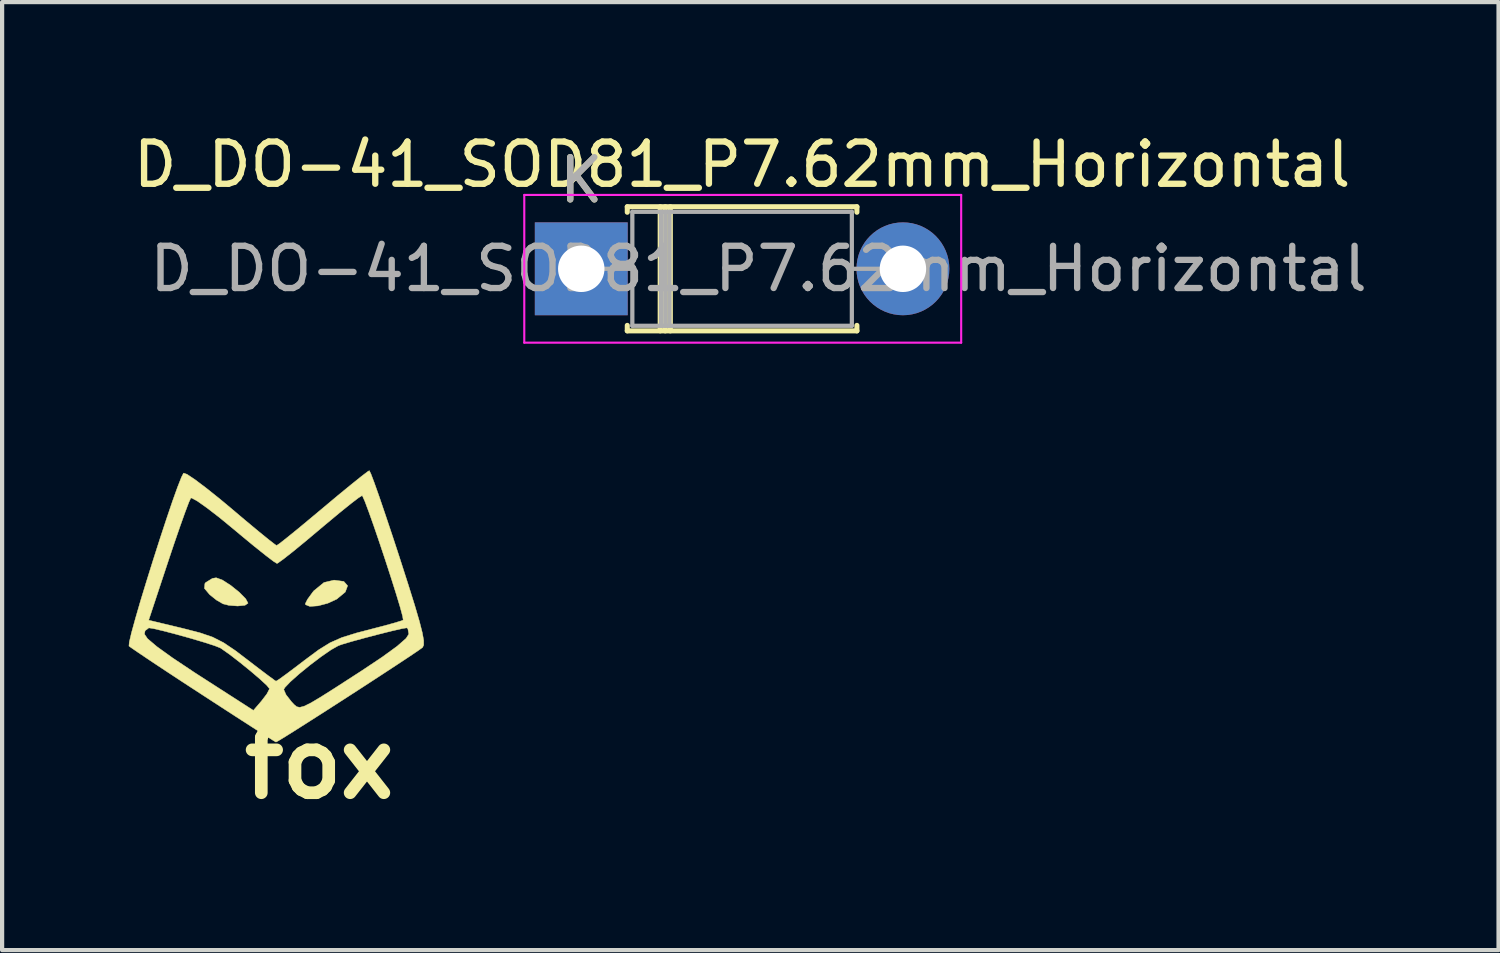
<source format=kicad_pcb>
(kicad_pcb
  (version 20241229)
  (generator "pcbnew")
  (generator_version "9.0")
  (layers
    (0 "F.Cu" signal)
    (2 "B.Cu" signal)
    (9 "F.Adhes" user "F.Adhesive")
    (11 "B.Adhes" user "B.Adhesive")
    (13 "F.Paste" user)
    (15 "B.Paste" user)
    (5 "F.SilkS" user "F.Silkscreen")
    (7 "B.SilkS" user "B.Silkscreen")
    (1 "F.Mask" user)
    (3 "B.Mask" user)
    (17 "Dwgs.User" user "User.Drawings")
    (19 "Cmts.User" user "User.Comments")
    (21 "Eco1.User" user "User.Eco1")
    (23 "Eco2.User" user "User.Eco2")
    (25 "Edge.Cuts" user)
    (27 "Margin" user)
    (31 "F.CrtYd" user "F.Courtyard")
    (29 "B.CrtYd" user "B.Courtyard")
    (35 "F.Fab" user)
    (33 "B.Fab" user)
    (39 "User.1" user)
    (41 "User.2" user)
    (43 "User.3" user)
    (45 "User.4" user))
  (footprint "D_DO-41_SOD81_P7.62mm_Horizontal"
    (layer "F.Cu")
    (at 10.72 3.318)
    (property "Reference" "D_DO-41_SOD81_P7.62mm_Horizontal" (at 3.81 -2.47 0) (layer "F.SilkS") (effects (font (size 1 1) (thickness 0.15))))
    (attr through_hole)
    (fp_line (start 1.09 -1.47) (end 6.53 -1.47) (stroke (width 0.12) (type solid)) (layer "F.SilkS"))
    (fp_line (start 1.09 -1.34) (end 1.09 -1.47) (stroke (width 0.12) (type solid)) (layer "F.SilkS"))
    (fp_line (start 1.09 1.34) (end 1.09 1.47) (stroke (width 0.12) (type solid)) (layer "F.SilkS"))
    (fp_line (start 1.09 1.47) (end 6.53 1.47) (stroke (width 0.12) (type solid)) (layer "F.SilkS"))
    (fp_line (start 1.87 -1.47) (end 1.87 1.47) (stroke (width 0.12) (type solid)) (layer "F.SilkS"))
    (fp_line (start 1.99 -1.47) (end 1.99 1.47) (stroke (width 0.12) (type solid)) (layer "F.SilkS"))
    (fp_line (start 2.11 -1.47) (end 2.11 1.47) (stroke (width 0.12) (type solid)) (layer "F.SilkS"))
    (fp_line (start 6.53 -1.47) (end 6.53 -1.34) (stroke (width 0.12) (type solid)) (layer "F.SilkS"))
    (fp_line (start 6.53 1.47) (end 6.53 1.34) (stroke (width 0.12) (type solid)) (layer "F.SilkS"))
    (fp_line (start -1.35 -1.75) (end -1.35 1.75) (stroke (width 0.05) (type solid)) (layer "F.CrtYd"))
    (fp_line (start -1.35 1.75) (end 9 1.75) (stroke (width 0.05) (type solid)) (layer "F.CrtYd"))
    (fp_line (start 9 -1.75) (end -1.35 -1.75) (stroke (width 0.05) (type solid)) (layer "F.CrtYd"))
    (fp_line (start 9 1.75) (end 9 -1.75) (stroke (width 0.05) (type solid)) (layer "F.CrtYd"))
    (fp_line (start 0 0) (end 1.21 0) (stroke (width 0.1) (type solid)) (layer "F.Fab"))
    (fp_line (start 1.21 -1.35) (end 1.21 1.35) (stroke (width 0.1) (type solid)) (layer "F.Fab"))
    (fp_line (start 1.21 1.35) (end 6.41 1.35) (stroke (width 0.1) (type solid)) (layer "F.Fab"))
    (fp_line (start 1.89 -1.35) (end 1.89 1.35) (stroke (width 0.1) (type solid)) (layer "F.Fab"))
    (fp_line (start 1.99 -1.35) (end 1.99 1.35) (stroke (width 0.1) (type solid)) (layer "F.Fab"))
    (fp_line (start 2.09 -1.35) (end 2.09 1.35) (stroke (width 0.1) (type solid)) (layer "F.Fab"))
    (fp_line (start 6.41 -1.35) (end 1.21 -1.35) (stroke (width 0.1) (type solid)) (layer "F.Fab"))
    (fp_line (start 6.41 1.35) (end 6.41 -1.35) (stroke (width 0.1) (type solid)) (layer "F.Fab"))
    (fp_line (start 7.62 0) (end 6.41 0) (stroke (width 0.1) (type solid)) (layer "F.Fab"))
    (fp_text user "K" (at 0 -2.1 0) (layer "F.SilkS") (effects (font (size 1 1) (thickness 0.15))))
    (fp_text user "K" (at 0 -2.1 0) (layer "F.Fab") (effects (font (size 1 1) (thickness 0.15))))
    (fp_text user "${REFERENCE}" (at 4.2 0 0) (layer "F.Fab") (effects (font (size 1 1) (thickness 0.15))))
    (pad "1" thru_hole rect (at 0 0) (size 2.2 2.2) (drill 1.1) (layers "*.Cu" "*.Mask"))
    (pad "2" thru_hole oval (at 7.62 0) (size 2.2 2.2) (drill 1.1) (layers "*.Cu" "*.Mask")))
  (footprint "fox"
    (layer "F.Cu")
    (at 4.519 15.04)
    (property "Reference" "fox" (at 0 0 0) (layer "F.SilkS") (effects (font (size 1.524 1.524) (thickness 0.3))))
    (attr through_hole)
    (fp_poly (pts (xy 0.576 -4.316) (xy 0.666 -4.214) (xy 0.611 -4.065) (xy 0.408 -3.897) (xy 0.193 -3.798) (xy -0.036 -3.738) (xy -0.228 -3.724) (xy -0.33 -3.765) (xy -0.336 -3.789) (xy -0.285 -3.891) (xy -0.163 -4.059) (xy -0.136 -4.093) (xy 0.106 -4.291) (xy 0.345 -4.347) (xy 0.576 -4.316)) (stroke (width 0.01) (type solid)) (fill yes) (layer "F.SilkS"))
    (fp_poly (pts (xy -2.303 -4.351) (xy -2.104 -4.223) (xy -1.902 -4.061) (xy -1.748 -3.904) (xy -1.693 -3.801) (xy -1.766 -3.751) (xy -1.939 -3.734) (xy -2.149 -3.75) (xy -2.286 -3.785) (xy -2.44 -3.874) (xy -2.602 -4.004) (xy -2.726 -4.151) (xy -2.715 -4.266) (xy -2.698 -4.289) (xy -2.537 -4.388) (xy -2.448 -4.403) (xy -2.303 -4.351)) (stroke (width 0.01) (type solid)) (fill yes) (layer "F.SilkS"))
    (fp_poly (pts (xy 1.218 -6.864) (xy 1.3 -6.647) (xy 1.419 -6.311) (xy 1.566 -5.879) (xy 1.736 -5.371) (xy 1.891 -4.898) (xy 2.098 -4.253) (xy 2.255 -3.751) (xy 2.366 -3.373) (xy 2.435 -3.102) (xy 2.468 -2.919) (xy 2.468 -2.809) (xy 2.441 -2.752) (xy 2.345 -2.683) (xy 2.135 -2.541) (xy 1.834 -2.342) (xy 1.466 -2.101) (xy 1.055 -1.833) (xy 0.625 -1.555) (xy 0.199 -1.281) (xy -0.199 -1.027) (xy -0.545 -0.807) (xy -0.814 -0.638) (xy -0.984 -0.535) (xy -1.032 -0.51) (xy -1.107 -0.555) (xy -1.305 -0.68) (xy -1.604 -0.871) (xy -1.986 -1.117) (xy -2.43 -1.405) (xy -2.747 -1.611) (xy -3.226 -1.923) (xy -3.658 -2.207) (xy -4.024 -2.45) (xy -4.302 -2.637) (xy -4.472 -2.754) (xy -4.514 -2.786) (xy -4.506 -2.88) (xy -4.461 -3.069) (xy -4.148 -3.069) (xy -4.073 -2.959) (xy -3.851 -2.771) (xy -3.483 -2.506) (xy -2.973 -2.166) (xy -2.857 -2.091) (xy -1.566 -1.261) (xy -1.376 -1.482) (xy -1.247 -1.651) (xy -1.193 -1.755) (xy -0.847 -1.755) (xy -0.793 -1.632) (xy -0.666 -1.469) (xy -0.599 -1.397) (xy -0.54 -1.348) (xy -0.468 -1.333) (xy -0.362 -1.361) (xy -0.202 -1.44) (xy 0.031 -1.579) (xy 0.36 -1.787) (xy 0.804 -2.074) (xy 1.001 -2.201) (xy 1.488 -2.526) (xy 1.84 -2.782) (xy 2.05 -2.966) (xy 2.116 -3.069) (xy 2.093 -3.195) (xy 2.067 -3.217) (xy 1.944 -3.196) (xy 1.706 -3.141) (xy 1.399 -3.064) (xy 1.071 -2.978) (xy 0.768 -2.895) (xy 0.539 -2.827) (xy 0.446 -2.794) (xy 0.274 -2.697) (xy 0.038 -2.534) (xy -0.226 -2.334) (xy -0.481 -2.126) (xy -0.692 -1.938) (xy -0.822 -1.801) (xy -0.847 -1.755) (xy -1.193 -1.755) (xy -1.186 -1.768) (xy -1.185 -1.775) (xy -1.247 -1.852) (xy -1.407 -2) (xy -1.63 -2.191) (xy -1.88 -2.394) (xy -2.12 -2.58) (xy -2.314 -2.717) (xy -2.351 -2.741) (xy -2.482 -2.793) (xy -2.729 -2.873) (xy -3.045 -2.967) (xy -3.383 -3.061) (xy -3.695 -3.143) (xy -3.933 -3.199) (xy -4.043 -3.216) (xy -4.132 -3.148) (xy -4.148 -3.069) (xy -4.461 -3.069) (xy -4.452 -3.108) (xy -4.372 -3.398) (xy -4.047 -3.398) (xy -3.23 -3.202) (xy -2.831 -3.099) (xy -2.532 -2.997) (xy -2.274 -2.866) (xy -1.993 -2.677) (xy -1.736 -2.481) (xy -1.449 -2.261) (xy -1.217 -2.086) (xy -1.068 -1.977) (xy -1.03 -1.952) (xy -0.956 -1.998) (xy -0.778 -2.127) (xy -0.528 -2.315) (xy -0.353 -2.449) (xy -0.023 -2.694) (xy 0.249 -2.863) (xy 0.527 -2.986) (xy 0.872 -3.094) (xy 1.129 -3.161) (xy 1.479 -3.252) (xy 1.761 -3.329) (xy 1.939 -3.383) (xy 1.983 -3.401) (xy 1.969 -3.491) (xy 1.91 -3.709) (xy 1.815 -4.024) (xy 1.695 -4.404) (xy 1.56 -4.82) (xy 1.42 -5.24) (xy 1.286 -5.632) (xy 1.167 -5.967) (xy 1.075 -6.213) (xy 1.018 -6.34) (xy 1.009 -6.35) (xy 0.925 -6.298) (xy 0.738 -6.155) (xy 0.472 -5.94) (xy 0.15 -5.672) (xy 0 -5.546) (xy -0.338 -5.262) (xy -0.631 -5.022) (xy -0.856 -4.845) (xy -0.987 -4.751) (xy -1.008 -4.741) (xy -1.091 -4.793) (xy -1.279 -4.936) (xy -1.547 -5.15) (xy -1.87 -5.417) (xy -2.029 -5.55) (xy -2.368 -5.829) (xy -2.664 -6.057) (xy -2.89 -6.217) (xy -3.025 -6.291) (xy -3.049 -6.291) (xy -3.095 -6.192) (xy -3.183 -5.959) (xy -3.304 -5.62) (xy -3.448 -5.202) (xy -3.579 -4.811) (xy -4.047 -3.398) (xy -4.372 -3.398) (xy -4.36 -3.442) (xy -4.239 -3.858) (xy -4.096 -4.327) (xy -3.941 -4.823) (xy -3.782 -5.32) (xy -3.627 -5.791) (xy -3.485 -6.21) (xy -3.363 -6.55) (xy -3.271 -6.784) (xy -3.22 -6.883) (xy -3.138 -6.854) (xy -2.952 -6.73) (xy -2.684 -6.528) (xy -2.356 -6.266) (xy -2.108 -6.059) (xy -1.753 -5.759) (xy -1.444 -5.502) (xy -1.204 -5.307) (xy -1.054 -5.191) (xy -1.016 -5.167) (xy -0.94 -5.218) (xy -0.758 -5.362) (xy -0.492 -5.578) (xy -0.165 -5.85) (xy 0.08 -6.055) (xy 0.436 -6.353) (xy 0.747 -6.608) (xy 0.99 -6.803) (xy 1.141 -6.918) (xy 1.18 -6.941) (xy 1.218 -6.864)) (stroke (width 0.01) (type solid)) (fill yes) (layer "F.SilkS")))
  (gr_rect
    (start -3 -3)
    (end 32.45 19.458)
    (stroke (width 0.1) (type default))
    (fill no)
    (layer "Edge.Cuts")))
</source>
